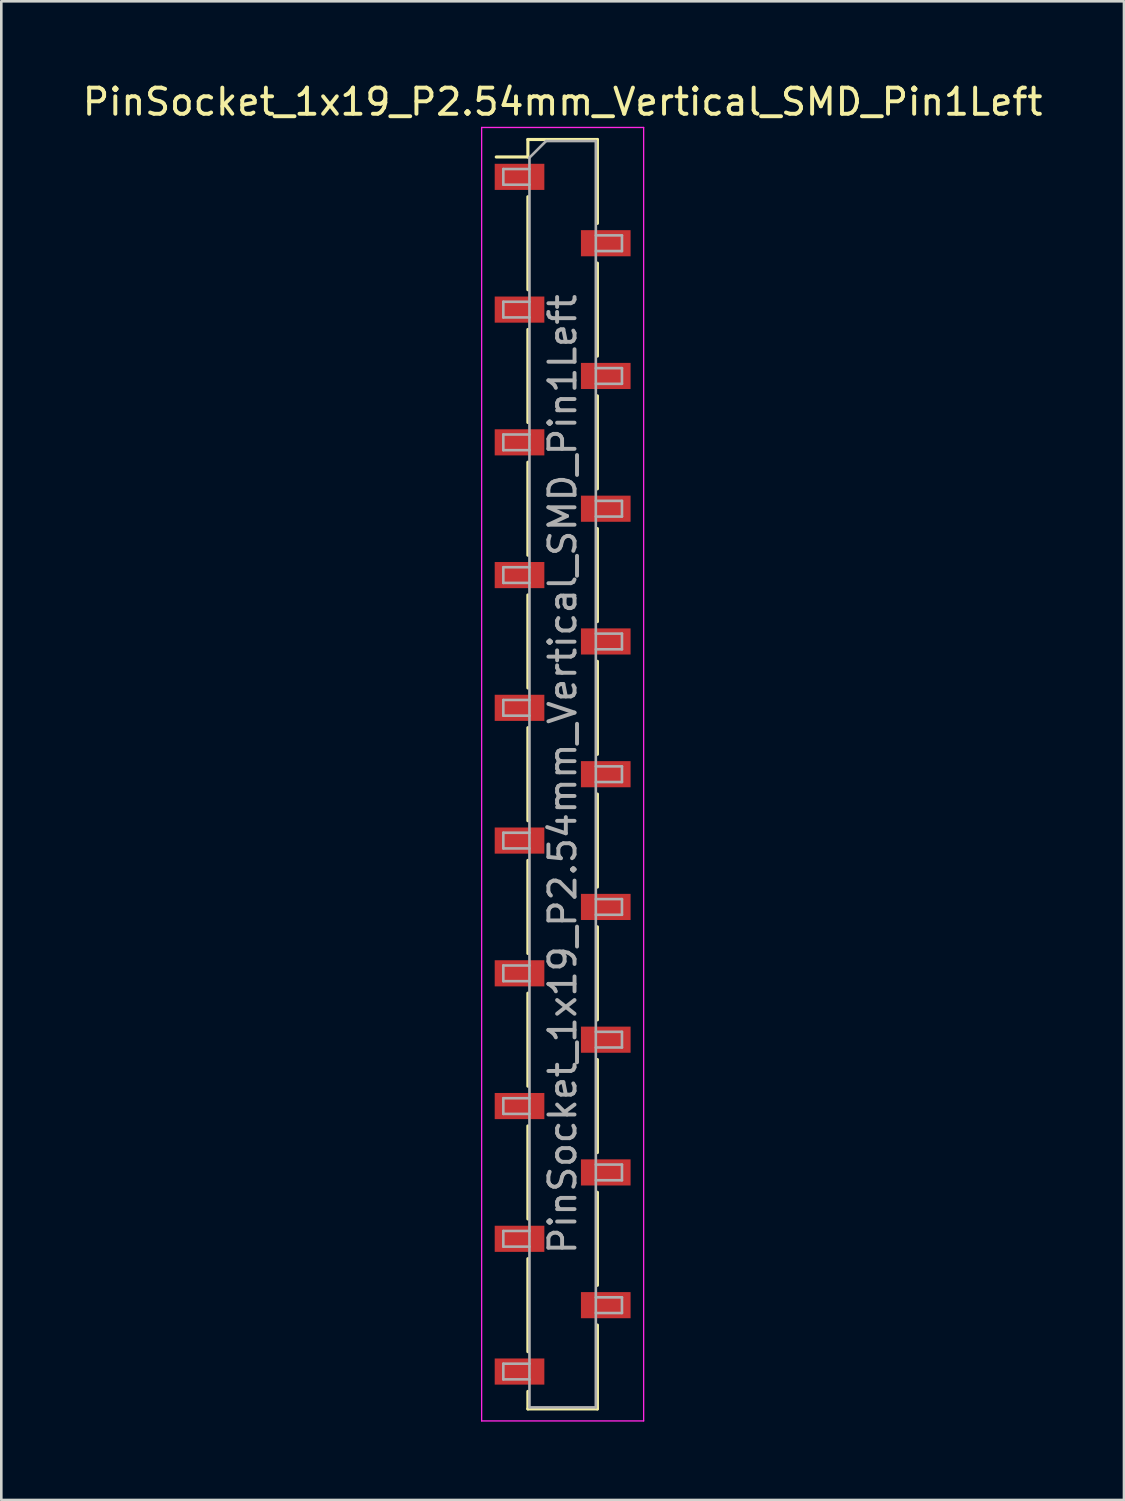
<source format=kicad_pcb>
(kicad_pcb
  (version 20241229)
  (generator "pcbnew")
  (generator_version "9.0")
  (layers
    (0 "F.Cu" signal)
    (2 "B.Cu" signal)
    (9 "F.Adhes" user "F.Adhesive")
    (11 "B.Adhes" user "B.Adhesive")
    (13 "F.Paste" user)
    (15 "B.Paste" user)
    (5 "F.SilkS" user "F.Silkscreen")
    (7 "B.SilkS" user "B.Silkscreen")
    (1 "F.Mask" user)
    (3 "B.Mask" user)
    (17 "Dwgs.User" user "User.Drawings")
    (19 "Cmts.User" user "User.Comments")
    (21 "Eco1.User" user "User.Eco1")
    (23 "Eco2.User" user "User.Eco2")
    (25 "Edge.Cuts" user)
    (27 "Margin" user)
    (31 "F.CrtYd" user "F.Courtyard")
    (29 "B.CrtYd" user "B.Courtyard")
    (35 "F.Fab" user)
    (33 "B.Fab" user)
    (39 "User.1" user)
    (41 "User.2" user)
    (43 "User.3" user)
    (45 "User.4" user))
  (footprint "PinSocket_1x19_P2.54mm_Vertical_SMD_Pin1Left"
    (layer "F.Cu")
    (at 18.482 26.578)
    (property "Reference" "PinSocket_1x19_P2.54mm_Vertical_SMD_Pin1Left" (at 0 -25.73 0) (layer "F.SilkS") (effects (font (size 1 1) (thickness 0.15))))
    (attr smd)
    (fp_line (start -2.54 -23.62) (end -1.33 -23.62) (stroke (width 0.12) (type solid)) (layer "F.SilkS"))
    (fp_line (start -1.33 -24.29) (end -1.33 -23.62) (stroke (width 0.12) (type solid)) (layer "F.SilkS"))
    (fp_line (start -1.33 -24.29) (end 1.33 -24.29) (stroke (width 0.12) (type solid)) (layer "F.SilkS"))
    (fp_line (start -1.33 -22.1) (end -1.33 -18.54) (stroke (width 0.12) (type solid)) (layer "F.SilkS"))
    (fp_line (start -1.33 -17.02) (end -1.33 -13.46) (stroke (width 0.12) (type solid)) (layer "F.SilkS"))
    (fp_line (start -1.33 -11.94) (end -1.33 -8.38) (stroke (width 0.12) (type solid)) (layer "F.SilkS"))
    (fp_line (start -1.33 -6.86) (end -1.33 -3.3) (stroke (width 0.12) (type solid)) (layer "F.SilkS"))
    (fp_line (start -1.33 -1.78) (end -1.33 1.78) (stroke (width 0.12) (type solid)) (layer "F.SilkS"))
    (fp_line (start -1.33 3.3) (end -1.33 6.86) (stroke (width 0.12) (type solid)) (layer "F.SilkS"))
    (fp_line (start -1.33 8.38) (end -1.33 11.94) (stroke (width 0.12) (type solid)) (layer "F.SilkS"))
    (fp_line (start -1.33 13.46) (end -1.33 17.02) (stroke (width 0.12) (type solid)) (layer "F.SilkS"))
    (fp_line (start -1.33 18.54) (end -1.33 22.1) (stroke (width 0.12) (type solid)) (layer "F.SilkS"))
    (fp_line (start -1.33 23.62) (end -1.33 24.29) (stroke (width 0.12) (type solid)) (layer "F.SilkS"))
    (fp_line (start -1.33 24.29) (end 1.33 24.29) (stroke (width 0.12) (type solid)) (layer "F.SilkS"))
    (fp_line (start 1.33 -24.29) (end 1.33 -21.08) (stroke (width 0.12) (type solid)) (layer "F.SilkS"))
    (fp_line (start 1.33 -19.56) (end 1.33 -16) (stroke (width 0.12) (type solid)) (layer "F.SilkS"))
    (fp_line (start 1.33 -14.48) (end 1.33 -10.92) (stroke (width 0.12) (type solid)) (layer "F.SilkS"))
    (fp_line (start 1.33 -9.4) (end 1.33 -5.84) (stroke (width 0.12) (type solid)) (layer "F.SilkS"))
    (fp_line (start 1.33 -4.32) (end 1.33 -0.76) (stroke (width 0.12) (type solid)) (layer "F.SilkS"))
    (fp_line (start 1.33 0.76) (end 1.33 4.32) (stroke (width 0.12) (type solid)) (layer "F.SilkS"))
    (fp_line (start 1.33 5.84) (end 1.33 9.4) (stroke (width 0.12) (type solid)) (layer "F.SilkS"))
    (fp_line (start 1.33 10.92) (end 1.33 14.48) (stroke (width 0.12) (type solid)) (layer "F.SilkS"))
    (fp_line (start 1.33 16) (end 1.33 19.56) (stroke (width 0.12) (type solid)) (layer "F.SilkS"))
    (fp_line (start 1.33 21.08) (end 1.33 24.29) (stroke (width 0.12) (type solid)) (layer "F.SilkS"))
    (fp_line (start -3.1 -24.75) (end 3.1 -24.75) (stroke (width 0.05) (type solid)) (layer "F.CrtYd"))
    (fp_line (start -3.1 24.75) (end -3.1 -24.75) (stroke (width 0.05) (type solid)) (layer "F.CrtYd"))
    (fp_line (start 3.1 -24.75) (end 3.1 24.75) (stroke (width 0.05) (type solid)) (layer "F.CrtYd"))
    (fp_line (start 3.1 24.75) (end -3.1 24.75) (stroke (width 0.05) (type solid)) (layer "F.CrtYd"))
    (fp_line (start -2.27 -23.16) (end -1.27 -23.16) (stroke (width 0.1) (type solid)) (layer "F.Fab"))
    (fp_line (start -2.27 -22.56) (end -2.27 -23.16) (stroke (width 0.1) (type solid)) (layer "F.Fab"))
    (fp_line (start -2.27 -18.08) (end -1.27 -18.08) (stroke (width 0.1) (type solid)) (layer "F.Fab"))
    (fp_line (start -2.27 -17.48) (end -2.27 -18.08) (stroke (width 0.1) (type solid)) (layer "F.Fab"))
    (fp_line (start -2.27 -13) (end -1.27 -13) (stroke (width 0.1) (type solid)) (layer "F.Fab"))
    (fp_line (start -2.27 -12.4) (end -2.27 -13) (stroke (width 0.1) (type solid)) (layer "F.Fab"))
    (fp_line (start -2.27 -7.92) (end -1.27 -7.92) (stroke (width 0.1) (type solid)) (layer "F.Fab"))
    (fp_line (start -2.27 -7.32) (end -2.27 -7.92) (stroke (width 0.1) (type solid)) (layer "F.Fab"))
    (fp_line (start -2.27 -2.84) (end -1.27 -2.84) (stroke (width 0.1) (type solid)) (layer "F.Fab"))
    (fp_line (start -2.27 -2.24) (end -2.27 -2.84) (stroke (width 0.1) (type solid)) (layer "F.Fab"))
    (fp_line (start -2.27 2.24) (end -1.27 2.24) (stroke (width 0.1) (type solid)) (layer "F.Fab"))
    (fp_line (start -2.27 2.84) (end -2.27 2.24) (stroke (width 0.1) (type solid)) (layer "F.Fab"))
    (fp_line (start -2.27 7.32) (end -1.27 7.32) (stroke (width 0.1) (type solid)) (layer "F.Fab"))
    (fp_line (start -2.27 7.92) (end -2.27 7.32) (stroke (width 0.1) (type solid)) (layer "F.Fab"))
    (fp_line (start -2.27 12.4) (end -1.27 12.4) (stroke (width 0.1) (type solid)) (layer "F.Fab"))
    (fp_line (start -2.27 13) (end -2.27 12.4) (stroke (width 0.1) (type solid)) (layer "F.Fab"))
    (fp_line (start -2.27 17.48) (end -1.27 17.48) (stroke (width 0.1) (type solid)) (layer "F.Fab"))
    (fp_line (start -2.27 18.08) (end -2.27 17.48) (stroke (width 0.1) (type solid)) (layer "F.Fab"))
    (fp_line (start -2.27 22.56) (end -1.27 22.56) (stroke (width 0.1) (type solid)) (layer "F.Fab"))
    (fp_line (start -2.27 23.16) (end -2.27 22.56) (stroke (width 0.1) (type solid)) (layer "F.Fab"))
    (fp_line (start -1.27 -23.595) (end -0.635 -24.23) (stroke (width 0.1) (type solid)) (layer "F.Fab"))
    (fp_line (start -1.27 -22.56) (end -2.27 -22.56) (stroke (width 0.1) (type solid)) (layer "F.Fab"))
    (fp_line (start -1.27 -17.48) (end -2.27 -17.48) (stroke (width 0.1) (type solid)) (layer "F.Fab"))
    (fp_line (start -1.27 -12.4) (end -2.27 -12.4) (stroke (width 0.1) (type solid)) (layer "F.Fab"))
    (fp_line (start -1.27 -7.32) (end -2.27 -7.32) (stroke (width 0.1) (type solid)) (layer "F.Fab"))
    (fp_line (start -1.27 -2.24) (end -2.27 -2.24) (stroke (width 0.1) (type solid)) (layer "F.Fab"))
    (fp_line (start -1.27 2.84) (end -2.27 2.84) (stroke (width 0.1) (type solid)) (layer "F.Fab"))
    (fp_line (start -1.27 7.92) (end -2.27 7.92) (stroke (width 0.1) (type solid)) (layer "F.Fab"))
    (fp_line (start -1.27 13) (end -2.27 13) (stroke (width 0.1) (type solid)) (layer "F.Fab"))
    (fp_line (start -1.27 18.08) (end -2.27 18.08) (stroke (width 0.1) (type solid)) (layer "F.Fab"))
    (fp_line (start -1.27 23.16) (end -2.27 23.16) (stroke (width 0.1) (type solid)) (layer "F.Fab"))
    (fp_line (start -1.27 24.23) (end -1.27 -23.595) (stroke (width 0.1) (type solid)) (layer "F.Fab"))
    (fp_line (start -0.635 -24.23) (end 1.27 -24.23) (stroke (width 0.1) (type solid)) (layer "F.Fab"))
    (fp_line (start 1.27 -24.23) (end 1.27 24.23) (stroke (width 0.1) (type solid)) (layer "F.Fab"))
    (fp_line (start 1.27 -20.62) (end 2.27 -20.62) (stroke (width 0.1) (type solid)) (layer "F.Fab"))
    (fp_line (start 1.27 -15.54) (end 2.27 -15.54) (stroke (width 0.1) (type solid)) (layer "F.Fab"))
    (fp_line (start 1.27 -10.46) (end 2.27 -10.46) (stroke (width 0.1) (type solid)) (layer "F.Fab"))
    (fp_line (start 1.27 -5.38) (end 2.27 -5.38) (stroke (width 0.1) (type solid)) (layer "F.Fab"))
    (fp_line (start 1.27 -0.3) (end 2.27 -0.3) (stroke (width 0.1) (type solid)) (layer "F.Fab"))
    (fp_line (start 1.27 4.78) (end 2.27 4.78) (stroke (width 0.1) (type solid)) (layer "F.Fab"))
    (fp_line (start 1.27 9.86) (end 2.27 9.86) (stroke (width 0.1) (type solid)) (layer "F.Fab"))
    (fp_line (start 1.27 14.94) (end 2.27 14.94) (stroke (width 0.1) (type solid)) (layer "F.Fab"))
    (fp_line (start 1.27 20.02) (end 2.27 20.02) (stroke (width 0.1) (type solid)) (layer "F.Fab"))
    (fp_line (start 1.27 24.23) (end -1.27 24.23) (stroke (width 0.1) (type solid)) (layer "F.Fab"))
    (fp_line (start 2.27 -20.62) (end 2.27 -20.02) (stroke (width 0.1) (type solid)) (layer "F.Fab"))
    (fp_line (start 2.27 -20.02) (end 1.27 -20.02) (stroke (width 0.1) (type solid)) (layer "F.Fab"))
    (fp_line (start 2.27 -15.54) (end 2.27 -14.94) (stroke (width 0.1) (type solid)) (layer "F.Fab"))
    (fp_line (start 2.27 -14.94) (end 1.27 -14.94) (stroke (width 0.1) (type solid)) (layer "F.Fab"))
    (fp_line (start 2.27 -10.46) (end 2.27 -9.86) (stroke (width 0.1) (type solid)) (layer "F.Fab"))
    (fp_line (start 2.27 -9.86) (end 1.27 -9.86) (stroke (width 0.1) (type solid)) (layer "F.Fab"))
    (fp_line (start 2.27 -5.38) (end 2.27 -4.78) (stroke (width 0.1) (type solid)) (layer "F.Fab"))
    (fp_line (start 2.27 -4.78) (end 1.27 -4.78) (stroke (width 0.1) (type solid)) (layer "F.Fab"))
    (fp_line (start 2.27 -0.3) (end 2.27 0.3) (stroke (width 0.1) (type solid)) (layer "F.Fab"))
    (fp_line (start 2.27 0.3) (end 1.27 0.3) (stroke (width 0.1) (type solid)) (layer "F.Fab"))
    (fp_line (start 2.27 4.78) (end 2.27 5.38) (stroke (width 0.1) (type solid)) (layer "F.Fab"))
    (fp_line (start 2.27 5.38) (end 1.27 5.38) (stroke (width 0.1) (type solid)) (layer "F.Fab"))
    (fp_line (start 2.27 9.86) (end 2.27 10.46) (stroke (width 0.1) (type solid)) (layer "F.Fab"))
    (fp_line (start 2.27 10.46) (end 1.27 10.46) (stroke (width 0.1) (type solid)) (layer "F.Fab"))
    (fp_line (start 2.27 14.94) (end 2.27 15.54) (stroke (width 0.1) (type solid)) (layer "F.Fab"))
    (fp_line (start 2.27 15.54) (end 1.27 15.54) (stroke (width 0.1) (type solid)) (layer "F.Fab"))
    (fp_line (start 2.27 20.02) (end 2.27 20.62) (stroke (width 0.1) (type solid)) (layer "F.Fab"))
    (fp_line (start 2.27 20.62) (end 1.27 20.62) (stroke (width 0.1) (type solid)) (layer "F.Fab"))
    (fp_text user "${REFERENCE}" (at 0 0 90) (layer "F.Fab") (effects (font (size 1 1) (thickness 0.15))))
    (pad "1" smd rect (at -1.65 -22.86) (size 1.9 1) (layers "F.Cu" "F.Mask" "F.Paste"))
    (pad "2" smd rect (at 1.65 -20.32) (size 1.9 1) (layers "F.Cu" "F.Mask" "F.Paste"))
    (pad "3" smd rect (at -1.65 -17.78) (size 1.9 1) (layers "F.Cu" "F.Mask" "F.Paste"))
    (pad "4" smd rect (at 1.65 -15.24) (size 1.9 1) (layers "F.Cu" "F.Mask" "F.Paste"))
    (pad "5" smd rect (at -1.65 -12.7) (size 1.9 1) (layers "F.Cu" "F.Mask" "F.Paste"))
    (pad "6" smd rect (at 1.65 -10.16) (size 1.9 1) (layers "F.Cu" "F.Mask" "F.Paste"))
    (pad "7" smd rect (at -1.65 -7.62) (size 1.9 1) (layers "F.Cu" "F.Mask" "F.Paste"))
    (pad "8" smd rect (at 1.65 -5.08) (size 1.9 1) (layers "F.Cu" "F.Mask" "F.Paste"))
    (pad "9" smd rect (at -1.65 -2.54) (size 1.9 1) (layers "F.Cu" "F.Mask" "F.Paste"))
    (pad "10" smd rect (at 1.65 0) (size 1.9 1) (layers "F.Cu" "F.Mask" "F.Paste"))
    (pad "11" smd rect (at -1.65 2.54) (size 1.9 1) (layers "F.Cu" "F.Mask" "F.Paste"))
    (pad "12" smd rect (at 1.65 5.08) (size 1.9 1) (layers "F.Cu" "F.Mask" "F.Paste"))
    (pad "13" smd rect (at -1.65 7.62) (size 1.9 1) (layers "F.Cu" "F.Mask" "F.Paste"))
    (pad "14" smd rect (at 1.65 10.16) (size 1.9 1) (layers "F.Cu" "F.Mask" "F.Paste"))
    (pad "15" smd rect (at -1.65 12.7) (size 1.9 1) (layers "F.Cu" "F.Mask" "F.Paste"))
    (pad "16" smd rect (at 1.65 15.24) (size 1.9 1) (layers "F.Cu" "F.Mask" "F.Paste"))
    (pad "17" smd rect (at -1.65 17.78) (size 1.9 1) (layers "F.Cu" "F.Mask" "F.Paste"))
    (pad "18" smd rect (at 1.65 20.32) (size 1.9 1) (layers "F.Cu" "F.Mask" "F.Paste"))
    (pad "19" smd rect (at -1.65 22.86) (size 1.9 1) (layers "F.Cu" "F.Mask" "F.Paste")))
  (gr_rect
    (start -3 -3)
    (end 39.964 54.353)
    (stroke (width 0.1) (type default))
    (fill no)
    (layer "Edge.Cuts")))
</source>
